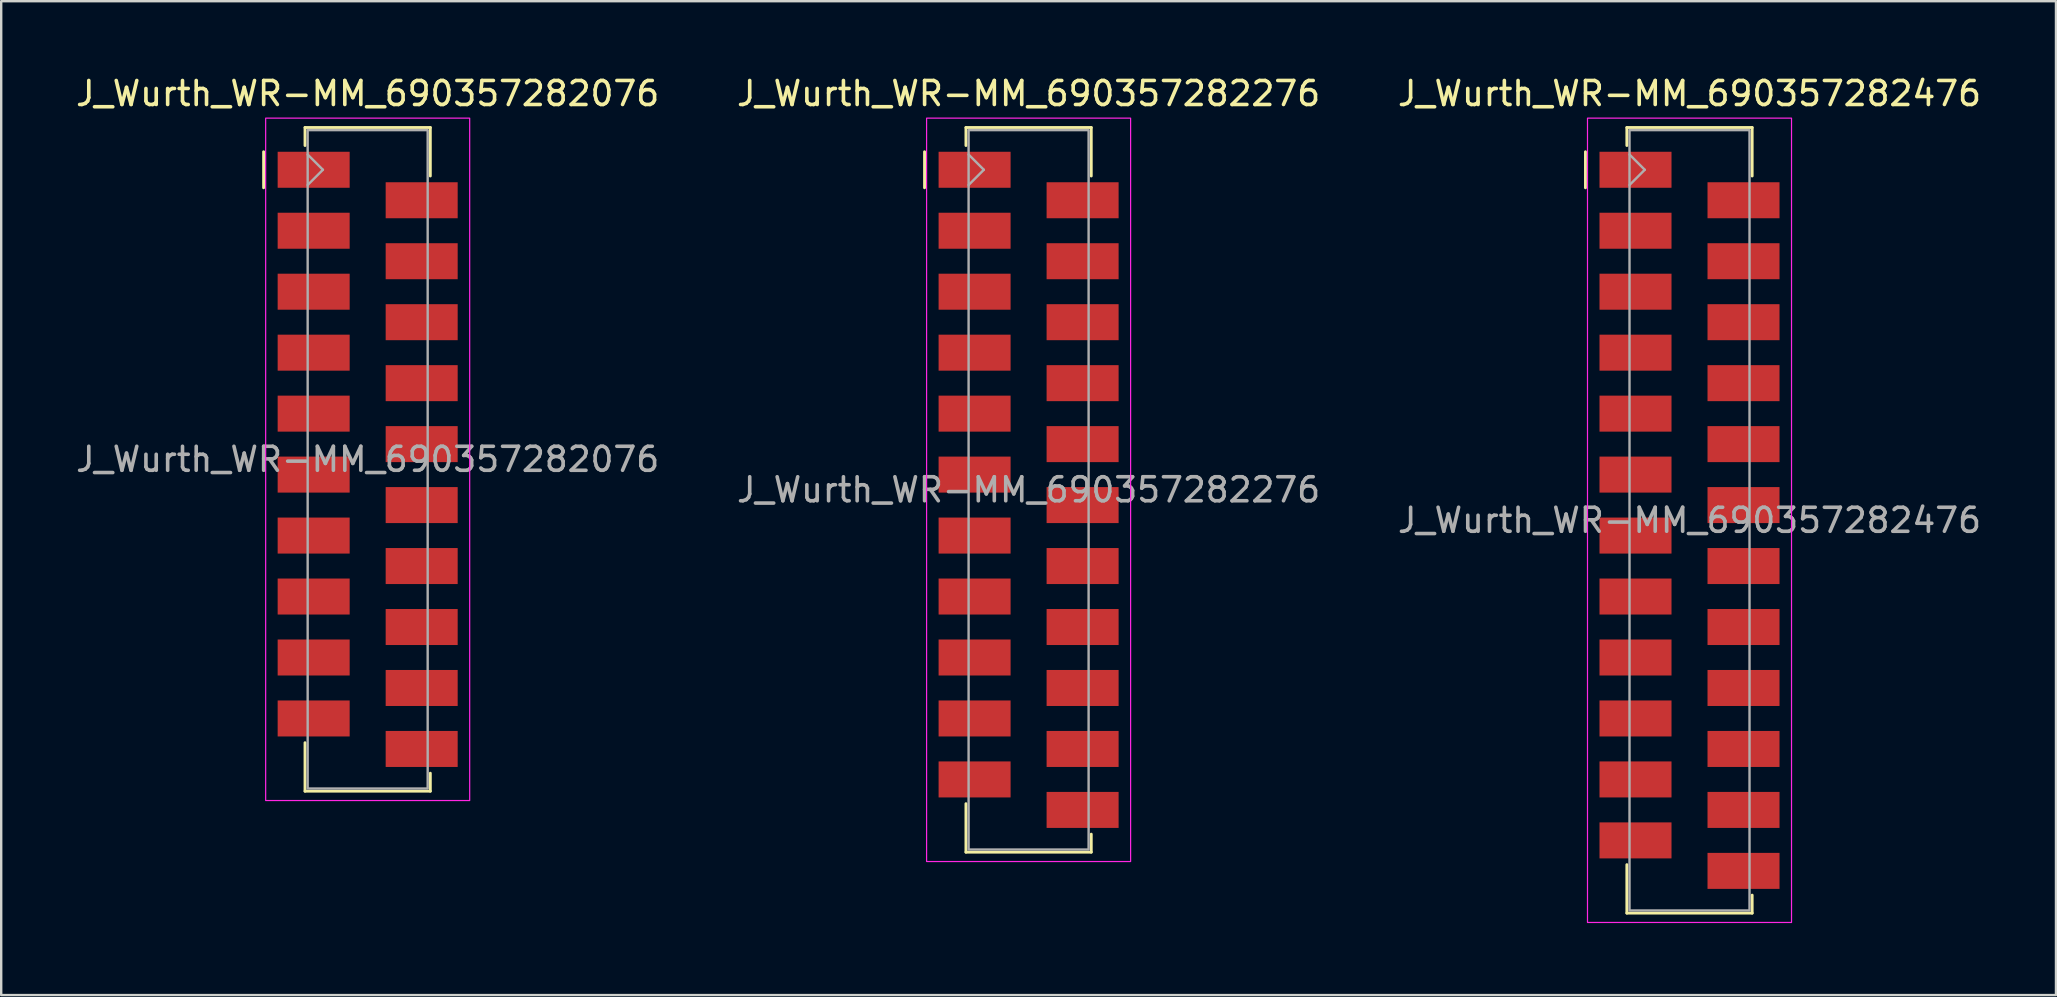
<source format=kicad_pcb>
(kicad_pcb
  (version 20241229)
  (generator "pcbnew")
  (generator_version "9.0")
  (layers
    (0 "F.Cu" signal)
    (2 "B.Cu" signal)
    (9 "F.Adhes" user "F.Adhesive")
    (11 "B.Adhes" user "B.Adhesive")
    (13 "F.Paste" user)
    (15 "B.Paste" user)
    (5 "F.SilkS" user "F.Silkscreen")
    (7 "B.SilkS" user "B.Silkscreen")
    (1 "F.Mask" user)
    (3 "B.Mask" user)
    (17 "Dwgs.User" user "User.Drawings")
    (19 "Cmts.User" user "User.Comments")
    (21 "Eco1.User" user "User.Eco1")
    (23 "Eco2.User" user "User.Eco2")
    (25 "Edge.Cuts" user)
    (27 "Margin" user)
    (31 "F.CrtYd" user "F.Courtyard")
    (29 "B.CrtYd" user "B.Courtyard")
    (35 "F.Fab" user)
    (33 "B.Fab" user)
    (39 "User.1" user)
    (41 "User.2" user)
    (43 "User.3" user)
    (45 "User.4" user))
  (footprint "J_Wurth_WR-MM_690357282076"
    (layer "F.Cu")
    (at 12.268 16.088)
    (property "Reference" "J_Wurth_WR-MM_690357282076" (at 0 -15.24 0) (unlocked yes) (layer "F.SilkS") (effects (font (size 1 1) (thickness 0.15))))
    (attr smd)
    (fp_line (start -4.335 -11.315) (end -4.335 -12.815) (stroke (width 0.12) (type solid)) (layer "F.SilkS"))
    (fp_line (start -2.61 -13.825) (end 2.61 -13.825) (stroke (width 0.12) (type solid)) (layer "F.SilkS"))
    (fp_line (start -2.61 -13.075) (end -2.61 -13.825) (stroke (width 0.12) (type solid)) (layer "F.SilkS"))
    (fp_line (start -2.61 11.805) (end -2.61 13.825) (stroke (width 0.12) (type solid)) (layer "F.SilkS"))
    (fp_line (start 2.61 -13.825) (end 2.61 -11.805) (stroke (width 0.12) (type solid)) (layer "F.SilkS"))
    (fp_line (start 2.61 13.075) (end 2.61 13.825) (stroke (width 0.12) (type solid)) (layer "F.SilkS"))
    (fp_line (start 2.61 13.825) (end -2.61 13.825) (stroke (width 0.12) (type solid)) (layer "F.SilkS"))
    (fp_rect (start -4.25 -14.215) (end 4.25 14.215) (stroke (width 0.05) (type solid)) (fill no) (layer "F.CrtYd"))
    (fp_line (start -2.5 -11.43) (end -1.865 -12.065) (stroke (width 0.1) (type default)) (layer "F.Fab"))
    (fp_line (start -1.865 -12.065) (end -2.5 -12.7) (stroke (width 0.1) (type default)) (layer "F.Fab"))
    (fp_rect (start -2.5 -13.715) (end 2.5 13.715) (stroke (width 0.1) (type solid)) (fill no) (layer "F.Fab"))
    (fp_text user "${REFERENCE}" (at 0 0 0) (unlocked yes) (layer "F.Fab") (effects (font (size 1 1) (thickness 0.15))))
    (pad "1" smd rect (at -2.25 -12.065 90) (size 1.5 3) (layers "F.Cu" "F.Mask" "F.Paste"))
    (pad "2" smd rect (at 2.25 -10.795 90) (size 1.5 3) (layers "F.Cu" "F.Mask" "F.Paste"))
    (pad "3" smd rect (at -2.25 -9.525 90) (size 1.5 3) (layers "F.Cu" "F.Mask" "F.Paste"))
    (pad "4" smd rect (at 2.25 -8.255 90) (size 1.5 3) (layers "F.Cu" "F.Mask" "F.Paste"))
    (pad "5" smd rect (at -2.25 -6.985 90) (size 1.5 3) (layers "F.Cu" "F.Mask" "F.Paste"))
    (pad "6" smd rect (at 2.25 -5.715 90) (size 1.5 3) (layers "F.Cu" "F.Mask" "F.Paste"))
    (pad "7" smd rect (at -2.25 -4.445 90) (size 1.5 3) (layers "F.Cu" "F.Mask" "F.Paste"))
    (pad "8" smd rect (at 2.25 -3.175 90) (size 1.5 3) (layers "F.Cu" "F.Mask" "F.Paste"))
    (pad "9" smd rect (at -2.25 -1.905 90) (size 1.5 3) (layers "F.Cu" "F.Mask" "F.Paste"))
    (pad "10" smd rect (at 2.25 -0.635 90) (size 1.5 3) (layers "F.Cu" "F.Mask" "F.Paste"))
    (pad "11" smd rect (at -2.25 0.635 90) (size 1.5 3) (layers "F.Cu" "F.Mask" "F.Paste"))
    (pad "12" smd rect (at 2.25 1.905 90) (size 1.5 3) (layers "F.Cu" "F.Mask" "F.Paste"))
    (pad "13" smd rect (at -2.25 3.175 90) (size 1.5 3) (layers "F.Cu" "F.Mask" "F.Paste"))
    (pad "14" smd rect (at 2.25 4.445 90) (size 1.5 3) (layers "F.Cu" "F.Mask" "F.Paste"))
    (pad "15" smd rect (at -2.25 5.715 90) (size 1.5 3) (layers "F.Cu" "F.Mask" "F.Paste"))
    (pad "16" smd rect (at 2.25 6.985 90) (size 1.5 3) (layers "F.Cu" "F.Mask" "F.Paste"))
    (pad "17" smd rect (at -2.25 8.255 90) (size 1.5 3) (layers "F.Cu" "F.Mask" "F.Paste"))
    (pad "18" smd rect (at 2.25 9.525 90) (size 1.5 3) (layers "F.Cu" "F.Mask" "F.Paste"))
    (pad "19" smd rect (at -2.25 10.795 90) (size 1.5 3) (layers "F.Cu" "F.Mask" "F.Paste"))
    (pad "20" smd rect (at 2.25 12.065 90) (size 1.5 3) (layers "F.Cu" "F.Mask" "F.Paste")))
  (footprint "J_Wurth_WR-MM_690357282276"
    (layer "F.Cu")
    (at 39.804 17.358)
    (property "Reference" "J_Wurth_WR-MM_690357282276" (at 0 -16.51 0) (unlocked yes) (layer "F.SilkS") (effects (font (size 1 1) (thickness 0.15))))
    (attr smd)
    (fp_line (start -4.335 -12.585) (end -4.335 -14.085) (stroke (width 0.12) (type solid)) (layer "F.SilkS"))
    (fp_line (start -2.61 -15.095) (end 2.61 -15.095) (stroke (width 0.12) (type solid)) (layer "F.SilkS"))
    (fp_line (start -2.61 -14.345) (end -2.61 -15.095) (stroke (width 0.12) (type solid)) (layer "F.SilkS"))
    (fp_line (start -2.61 13.075) (end -2.61 15.095) (stroke (width 0.12) (type solid)) (layer "F.SilkS"))
    (fp_line (start 2.61 -15.095) (end 2.61 -13.075) (stroke (width 0.12) (type solid)) (layer "F.SilkS"))
    (fp_line (start 2.61 14.345) (end 2.61 15.095) (stroke (width 0.12) (type solid)) (layer "F.SilkS"))
    (fp_line (start 2.61 15.095) (end -2.61 15.095) (stroke (width 0.12) (type solid)) (layer "F.SilkS"))
    (fp_rect (start -4.25 -15.485) (end 4.25 15.485) (stroke (width 0.05) (type solid)) (fill no) (layer "F.CrtYd"))
    (fp_line (start -2.5 -12.7) (end -1.865 -13.335) (stroke (width 0.1) (type default)) (layer "F.Fab"))
    (fp_line (start -1.865 -13.335) (end -2.5 -13.97) (stroke (width 0.1) (type default)) (layer "F.Fab"))
    (fp_rect (start -2.5 -14.985) (end 2.5 14.985) (stroke (width 0.1) (type solid)) (fill no) (layer "F.Fab"))
    (fp_text user "${REFERENCE}" (at 0 0 0) (unlocked yes) (layer "F.Fab") (effects (font (size 1 1) (thickness 0.15))))
    (pad "1" smd rect (at -2.25 -13.335 90) (size 1.5 3) (layers "F.Cu" "F.Mask" "F.Paste"))
    (pad "2" smd rect (at 2.25 -12.065 90) (size 1.5 3) (layers "F.Cu" "F.Mask" "F.Paste"))
    (pad "3" smd rect (at -2.25 -10.795 90) (size 1.5 3) (layers "F.Cu" "F.Mask" "F.Paste"))
    (pad "4" smd rect (at 2.25 -9.525 90) (size 1.5 3) (layers "F.Cu" "F.Mask" "F.Paste"))
    (pad "5" smd rect (at -2.25 -8.255 90) (size 1.5 3) (layers "F.Cu" "F.Mask" "F.Paste"))
    (pad "6" smd rect (at 2.25 -6.985 90) (size 1.5 3) (layers "F.Cu" "F.Mask" "F.Paste"))
    (pad "7" smd rect (at -2.25 -5.715 90) (size 1.5 3) (layers "F.Cu" "F.Mask" "F.Paste"))
    (pad "8" smd rect (at 2.25 -4.445 90) (size 1.5 3) (layers "F.Cu" "F.Mask" "F.Paste"))
    (pad "9" smd rect (at -2.25 -3.175 90) (size 1.5 3) (layers "F.Cu" "F.Mask" "F.Paste"))
    (pad "10" smd rect (at 2.25 -1.905 90) (size 1.5 3) (layers "F.Cu" "F.Mask" "F.Paste"))
    (pad "11" smd rect (at -2.25 -0.635 90) (size 1.5 3) (layers "F.Cu" "F.Mask" "F.Paste"))
    (pad "12" smd rect (at 2.25 0.635 90) (size 1.5 3) (layers "F.Cu" "F.Mask" "F.Paste"))
    (pad "13" smd rect (at -2.25 1.905 90) (size 1.5 3) (layers "F.Cu" "F.Mask" "F.Paste"))
    (pad "14" smd rect (at 2.25 3.175 90) (size 1.5 3) (layers "F.Cu" "F.Mask" "F.Paste"))
    (pad "15" smd rect (at -2.25 4.445 90) (size 1.5 3) (layers "F.Cu" "F.Mask" "F.Paste"))
    (pad "16" smd rect (at 2.25 5.715 90) (size 1.5 3) (layers "F.Cu" "F.Mask" "F.Paste"))
    (pad "17" smd rect (at -2.25 6.985 90) (size 1.5 3) (layers "F.Cu" "F.Mask" "F.Paste"))
    (pad "18" smd rect (at 2.25 8.255 90) (size 1.5 3) (layers "F.Cu" "F.Mask" "F.Paste"))
    (pad "19" smd rect (at -2.25 9.525 90) (size 1.5 3) (layers "F.Cu" "F.Mask" "F.Paste"))
    (pad "20" smd rect (at 2.25 10.795 90) (size 1.5 3) (layers "F.Cu" "F.Mask" "F.Paste"))
    (pad "21" smd rect (at -2.25 12.065 90) (size 1.5 3) (layers "F.Cu" "F.Mask" "F.Paste"))
    (pad "22" smd rect (at 2.25 13.335 90) (size 1.5 3) (layers "F.Cu" "F.Mask" "F.Paste")))
  (footprint "J_Wurth_WR-MM_690357282476"
    (layer "F.Cu")
    (at 67.339 18.628)
    (property "Reference" "J_Wurth_WR-MM_690357282476" (at 0 -17.78 0) (unlocked yes) (layer "F.SilkS") (effects (font (size 1 1) (thickness 0.15))))
    (attr smd)
    (fp_line (start -4.335 -13.855) (end -4.335 -15.355) (stroke (width 0.12) (type solid)) (layer "F.SilkS"))
    (fp_line (start -2.61 -16.365) (end 2.61 -16.365) (stroke (width 0.12) (type solid)) (layer "F.SilkS"))
    (fp_line (start -2.61 -15.615) (end -2.61 -16.365) (stroke (width 0.12) (type solid)) (layer "F.SilkS"))
    (fp_line (start -2.61 14.345) (end -2.61 16.365) (stroke (width 0.12) (type solid)) (layer "F.SilkS"))
    (fp_line (start 2.61 -16.365) (end 2.61 -14.345) (stroke (width 0.12) (type solid)) (layer "F.SilkS"))
    (fp_line (start 2.61 15.615) (end 2.61 16.365) (stroke (width 0.12) (type solid)) (layer "F.SilkS"))
    (fp_line (start 2.61 16.365) (end -2.61 16.365) (stroke (width 0.12) (type solid)) (layer "F.SilkS"))
    (fp_rect (start -4.25 -16.755) (end 4.25 16.755) (stroke (width 0.05) (type solid)) (fill no) (layer "F.CrtYd"))
    (fp_line (start -2.5 -13.97) (end -1.865 -14.605) (stroke (width 0.1) (type default)) (layer "F.Fab"))
    (fp_line (start -1.865 -14.605) (end -2.5 -15.24) (stroke (width 0.1) (type default)) (layer "F.Fab"))
    (fp_rect (start -2.5 -16.255) (end 2.5 16.255) (stroke (width 0.1) (type solid)) (fill no) (layer "F.Fab"))
    (fp_text user "${REFERENCE}" (at 0 0 0) (unlocked yes) (layer "F.Fab") (effects (font (size 1 1) (thickness 0.15))))
    (pad "1" smd rect (at -2.25 -14.605 90) (size 1.5 3) (layers "F.Cu" "F.Mask" "F.Paste"))
    (pad "2" smd rect (at 2.25 -13.335 90) (size 1.5 3) (layers "F.Cu" "F.Mask" "F.Paste"))
    (pad "3" smd rect (at -2.25 -12.065 90) (size 1.5 3) (layers "F.Cu" "F.Mask" "F.Paste"))
    (pad "4" smd rect (at 2.25 -10.795 90) (size 1.5 3) (layers "F.Cu" "F.Mask" "F.Paste"))
    (pad "5" smd rect (at -2.25 -9.525 90) (size 1.5 3) (layers "F.Cu" "F.Mask" "F.Paste"))
    (pad "6" smd rect (at 2.25 -8.255 90) (size 1.5 3) (layers "F.Cu" "F.Mask" "F.Paste"))
    (pad "7" smd rect (at -2.25 -6.985 90) (size 1.5 3) (layers "F.Cu" "F.Mask" "F.Paste"))
    (pad "8" smd rect (at 2.25 -5.715 90) (size 1.5 3) (layers "F.Cu" "F.Mask" "F.Paste"))
    (pad "9" smd rect (at -2.25 -4.445 90) (size 1.5 3) (layers "F.Cu" "F.Mask" "F.Paste"))
    (pad "10" smd rect (at 2.25 -3.175 90) (size 1.5 3) (layers "F.Cu" "F.Mask" "F.Paste"))
    (pad "11" smd rect (at -2.25 -1.905 90) (size 1.5 3) (layers "F.Cu" "F.Mask" "F.Paste"))
    (pad "12" smd rect (at 2.25 -0.635 90) (size 1.5 3) (layers "F.Cu" "F.Mask" "F.Paste"))
    (pad "13" smd rect (at -2.25 0.635 90) (size 1.5 3) (layers "F.Cu" "F.Mask" "F.Paste"))
    (pad "14" smd rect (at 2.25 1.905 90) (size 1.5 3) (layers "F.Cu" "F.Mask" "F.Paste"))
    (pad "15" smd rect (at -2.25 3.175 90) (size 1.5 3) (layers "F.Cu" "F.Mask" "F.Paste"))
    (pad "16" smd rect (at 2.25 4.445 90) (size 1.5 3) (layers "F.Cu" "F.Mask" "F.Paste"))
    (pad "17" smd rect (at -2.25 5.715 90) (size 1.5 3) (layers "F.Cu" "F.Mask" "F.Paste"))
    (pad "18" smd rect (at 2.25 6.985 90) (size 1.5 3) (layers "F.Cu" "F.Mask" "F.Paste"))
    (pad "19" smd rect (at -2.25 8.255 90) (size 1.5 3) (layers "F.Cu" "F.Mask" "F.Paste"))
    (pad "20" smd rect (at 2.25 9.525 90) (size 1.5 3) (layers "F.Cu" "F.Mask" "F.Paste"))
    (pad "21" smd rect (at -2.25 10.795 90) (size 1.5 3) (layers "F.Cu" "F.Mask" "F.Paste"))
    (pad "22" smd rect (at 2.25 12.065 90) (size 1.5 3) (layers "F.Cu" "F.Mask" "F.Paste"))
    (pad "23" smd rect (at -2.25 13.335 90) (size 1.5 3) (layers "F.Cu" "F.Mask" "F.Paste"))
    (pad "24" smd rect (at 2.25 14.605 90) (size 1.5 3) (layers "F.Cu" "F.Mask" "F.Paste")))
  (gr_rect
    (start -3 -3)
    (end 82.607 38.408)
    (stroke (width 0.1) (type default))
    (fill no)
    (layer "Edge.Cuts")))
</source>
